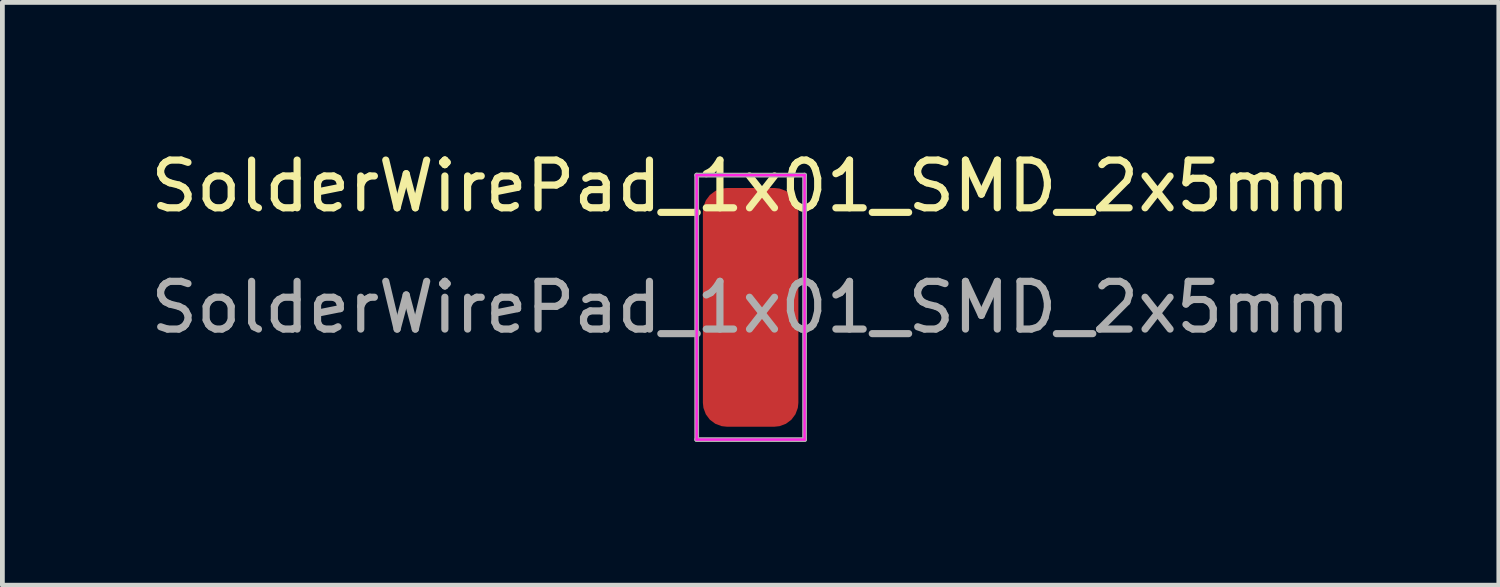
<source format=kicad_pcb>
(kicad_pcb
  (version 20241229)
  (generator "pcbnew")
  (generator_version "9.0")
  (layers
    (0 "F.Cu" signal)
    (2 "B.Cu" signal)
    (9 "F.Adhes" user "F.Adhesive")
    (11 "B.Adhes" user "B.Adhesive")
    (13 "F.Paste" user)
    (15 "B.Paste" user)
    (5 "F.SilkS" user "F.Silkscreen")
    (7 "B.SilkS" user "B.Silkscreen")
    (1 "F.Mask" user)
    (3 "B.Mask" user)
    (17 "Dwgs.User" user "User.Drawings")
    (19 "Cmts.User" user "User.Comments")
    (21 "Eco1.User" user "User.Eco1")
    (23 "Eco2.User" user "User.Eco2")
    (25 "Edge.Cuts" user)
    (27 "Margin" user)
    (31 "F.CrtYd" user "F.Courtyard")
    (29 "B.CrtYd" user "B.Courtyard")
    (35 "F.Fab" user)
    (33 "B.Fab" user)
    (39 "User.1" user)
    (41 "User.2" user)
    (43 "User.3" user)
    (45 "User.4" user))
  (footprint "SolderWirePad_1x01_SMD_2x5mm"
    (layer "F.Cu")
    (at 12.673 3.388)
    (property "Reference" "SolderWirePad_1x01_SMD_2x5mm" (at 0 -2.54 0) (layer "F.SilkS") (effects (font (size 1 1) (thickness 0.15))))
    (attr exclude_from_pos_files exclude_from_bom)
    (fp_line (start -1.13 -2.77) (end -1.13 2.77) (stroke (width 0.05) (type solid)) (layer "F.CrtYd"))
    (fp_line (start -1.13 2.77) (end 1.13 2.77) (stroke (width 0.05) (type solid)) (layer "F.CrtYd"))
    (fp_line (start 1.13 -2.77) (end -1.13 -2.77) (stroke (width 0.05) (type solid)) (layer "F.CrtYd"))
    (fp_line (start 1.13 2.77) (end 1.13 -2.77) (stroke (width 0.05) (type solid)) (layer "F.CrtYd"))
    (fp_line (start -1.13 -2.77) (end 1.13 -2.77) (stroke (width 0.1) (type solid)) (layer "F.Fab"))
    (fp_line (start -1.13 2.77) (end -1.13 -2.77) (stroke (width 0.1) (type solid)) (layer "F.Fab"))
    (fp_line (start 1.13 -2.77) (end 1.13 2.77) (stroke (width 0.1) (type solid)) (layer "F.Fab"))
    (fp_line (start 1.13 2.77) (end -1.13 2.77) (stroke (width 0.1) (type solid)) (layer "F.Fab"))
    (fp_text user "${REFERENCE}" (at 0 0 0) (layer "F.Fab") (effects (font (size 1 1) (thickness 0.15))))
    (pad "1" smd roundrect (at 0 0) (size 2 5) (layers "F.Cu" "F.Mask" "F.Paste") (roundrect_rratio 0.25)))
  (gr_rect
    (start -3 -3)
    (end 28.345 9.208)
    (stroke (width 0.1) (type default))
    (fill no)
    (layer "Edge.Cuts")))
</source>
